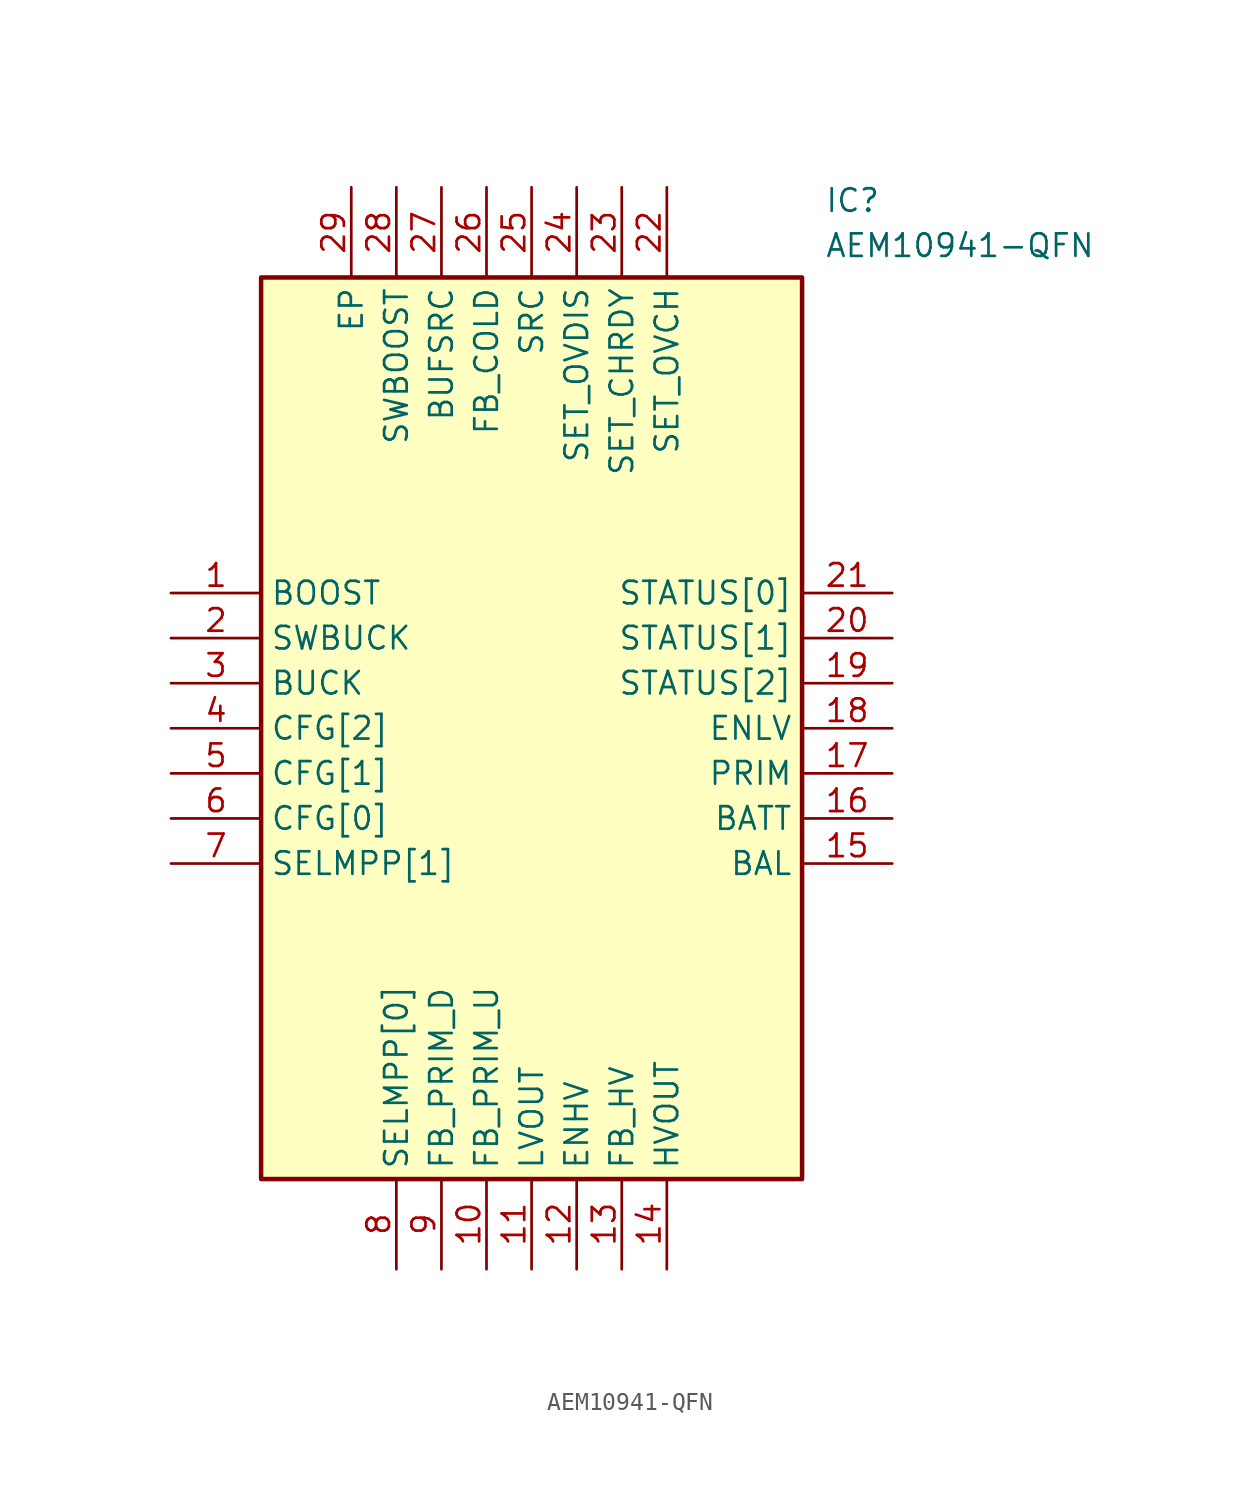
<source format=kicad_sym>
(kicad_symbol_lib
  (version 20211014)
  (generator SamacSys_ECAD_Model)
  (symbol "AEM10941-QFN"
    (property "Reference" "IC"
      (at 36.83 22.86 0)
      (effects (font (size 1.27 1.27)) (justify left top)))
    (property "Value" "AEM10941-QFN"
      (at 36.83 20.32 0)
      (effects (font (size 1.27 1.27)) (justify left top)))
    (rectangle
      (start 5.08 17.78)
      (end 35.56 -33.02)
      (stroke (width 0.254) (type default))
      (fill (type background)))
    (pin passive line
      (at 0 0 0)
      (length 5.08)
      (name "BOOST" (effects (font (size 1.27 1.27))))
      (number "1" (effects (font (size 1.27 1.27)))))
    (pin passive line
      (at 0 -2.54 0)
      (length 5.08)
      (name "SWBUCK" (effects (font (size 1.27 1.27))))
      (number "2" (effects (font (size 1.27 1.27)))))
    (pin passive line
      (at 0 -5.08 0)
      (length 5.08)
      (name "BUCK" (effects (font (size 1.27 1.27))))
      (number "3" (effects (font (size 1.27 1.27)))))
    (pin passive line
      (at 0 -7.62 0)
      (length 5.08)
      (name "CFG[2]" (effects (font (size 1.27 1.27))))
      (number "4" (effects (font (size 1.27 1.27)))))
    (pin passive line
      (at 0 -10.16 0)
      (length 5.08)
      (name "CFG[1]" (effects (font (size 1.27 1.27))))
      (number "5" (effects (font (size 1.27 1.27)))))
    (pin passive line
      (at 0 -12.7 0)
      (length 5.08)
      (name "CFG[0]" (effects (font (size 1.27 1.27))))
      (number "6" (effects (font (size 1.27 1.27)))))
    (pin passive line
      (at 0 -15.24 0)
      (length 5.08)
      (name "SELMPP[1]" (effects (font (size 1.27 1.27))))
      (number "7" (effects (font (size 1.27 1.27)))))
    (pin passive line
      (at 12.7 -38.1 90)
      (length 5.08)
      (name "SELMPP[0]" (effects (font (size 1.27 1.27))))
      (number "8" (effects (font (size 1.27 1.27)))))
    (pin passive line
      (at 15.24 -38.1 90)
      (length 5.08)
      (name "FB_PRIM_D" (effects (font (size 1.27 1.27))))
      (number "9" (effects (font (size 1.27 1.27)))))
    (pin passive line
      (at 17.78 -38.1 90)
      (length 5.08)
      (name "FB_PRIM_U" (effects (font (size 1.27 1.27))))
      (number "10" (effects (font (size 1.27 1.27)))))
    (pin passive line
      (at 20.32 -38.1 90)
      (length 5.08)
      (name "LVOUT" (effects (font (size 1.27 1.27))))
      (number "11" (effects (font (size 1.27 1.27)))))
    (pin passive line
      (at 22.86 -38.1 90)
      (length 5.08)
      (name "ENHV" (effects (font (size 1.27 1.27))))
      (number "12" (effects (font (size 1.27 1.27)))))
    (pin passive line
      (at 25.4 -38.1 90)
      (length 5.08)
      (name "FB_HV" (effects (font (size 1.27 1.27))))
      (number "13" (effects (font (size 1.27 1.27)))))
    (pin passive line
      (at 27.94 -38.1 90)
      (length 5.08)
      (name "HVOUT" (effects (font (size 1.27 1.27))))
      (number "14" (effects (font (size 1.27 1.27)))))
    (pin passive line
      (at 40.64 0 180)
      (length 5.08)
      (name "STATUS[0]" (effects (font (size 1.27 1.27))))
      (number "21" (effects (font (size 1.27 1.27)))))
    (pin passive line
      (at 40.64 -2.54 180)
      (length 5.08)
      (name "STATUS[1]" (effects (font (size 1.27 1.27))))
      (number "20" (effects (font (size 1.27 1.27)))))
    (pin passive line
      (at 40.64 -5.08 180)
      (length 5.08)
      (name "STATUS[2]" (effects (font (size 1.27 1.27))))
      (number "19" (effects (font (size 1.27 1.27)))))
    (pin passive line
      (at 40.64 -7.62 180)
      (length 5.08)
      (name "ENLV" (effects (font (size 1.27 1.27))))
      (number "18" (effects (font (size 1.27 1.27)))))
    (pin passive line
      (at 40.64 -10.16 180)
      (length 5.08)
      (name "PRIM" (effects (font (size 1.27 1.27))))
      (number "17" (effects (font (size 1.27 1.27)))))
    (pin passive line
      (at 40.64 -12.7 180)
      (length 5.08)
      (name "BATT" (effects (font (size 1.27 1.27))))
      (number "16" (effects (font (size 1.27 1.27)))))
    (pin passive line
      (at 40.64 -15.24 180)
      (length 5.08)
      (name "BAL" (effects (font (size 1.27 1.27))))
      (number "15" (effects (font (size 1.27 1.27)))))
    (pin passive line
      (at 10.16 22.86 270)
      (length 5.08)
      (name "EP" (effects (font (size 1.27 1.27))))
      (number "29" (effects (font (size 1.27 1.27)))))
    (pin passive line
      (at 12.7 22.86 270)
      (length 5.08)
      (name "SWBOOST" (effects (font (size 1.27 1.27))))
      (number "28" (effects (font (size 1.27 1.27)))))
    (pin passive line
      (at 15.24 22.86 270)
      (length 5.08)
      (name "BUFSRC" (effects (font (size 1.27 1.27))))
      (number "27" (effects (font (size 1.27 1.27)))))
    (pin passive line
      (at 17.78 22.86 270)
      (length 5.08)
      (name "FB_COLD" (effects (font (size 1.27 1.27))))
      (number "26" (effects (font (size 1.27 1.27)))))
    (pin passive line
      (at 20.32 22.86 270)
      (length 5.08)
      (name "SRC" (effects (font (size 1.27 1.27))))
      (number "25" (effects (font (size 1.27 1.27)))))
    (pin passive line
      (at 22.86 22.86 270)
      (length 5.08)
      (name "SET_OVDIS" (effects (font (size 1.27 1.27))))
      (number "24" (effects (font (size 1.27 1.27)))))
    (pin passive line
      (at 25.4 22.86 270)
      (length 5.08)
      (name "SET_CHRDY" (effects (font (size 1.27 1.27))))
      (number "23" (effects (font (size 1.27 1.27)))))
    (pin passive line
      (at 27.94 22.86 270)
      (length 5.08)
      (name "SET_OVCH" (effects (font (size 1.27 1.27))))
      (number "22" (effects (font (size 1.27 1.27)))))))
</source>
